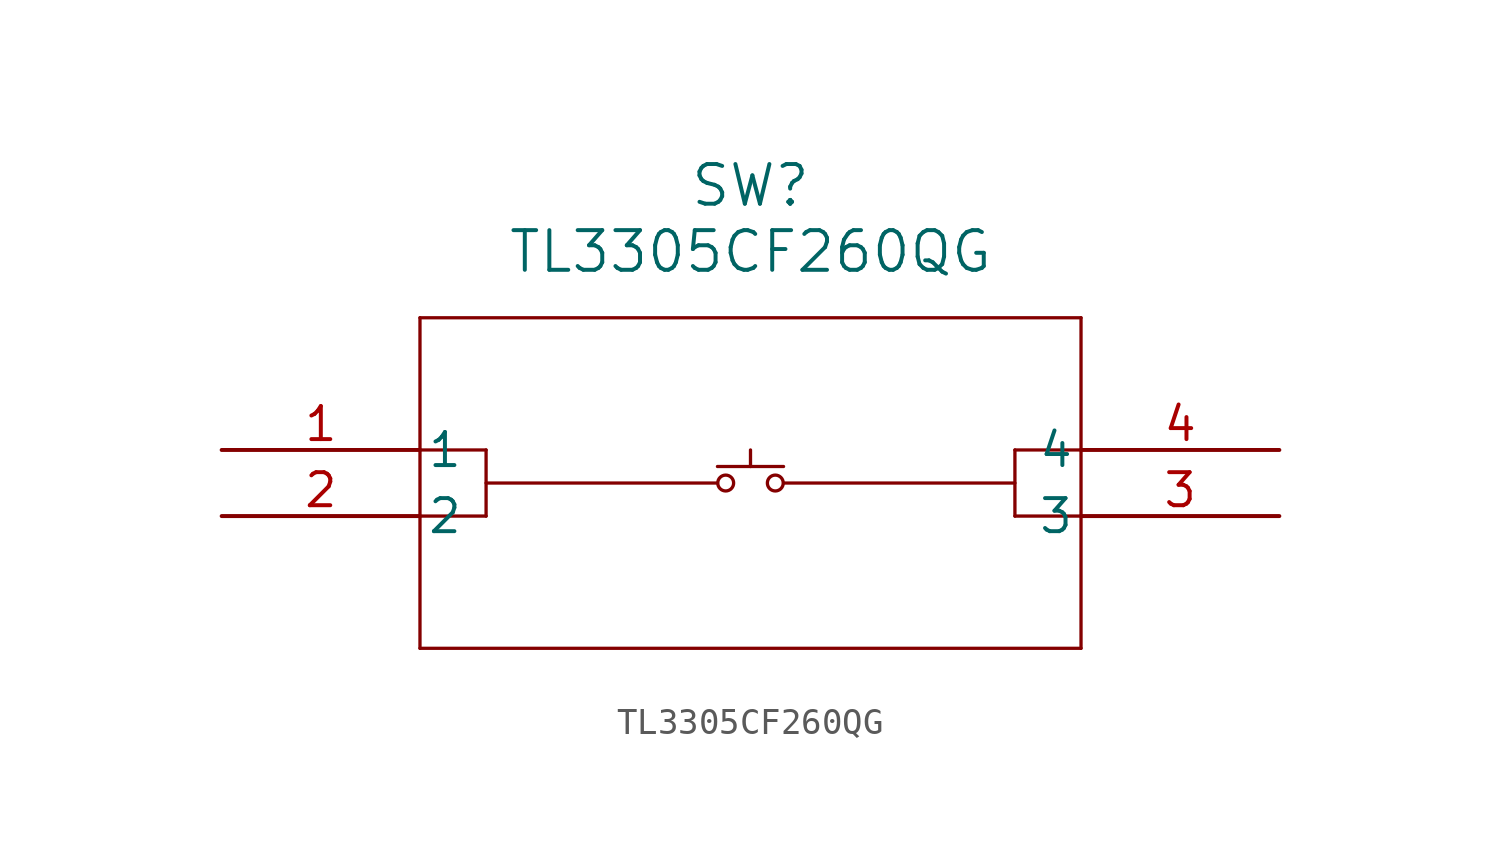
<source format=kicad_sym>
(kicad_symbol_lib
  (version 20211014)
  (generator kicad_symbol_editor)
  (symbol "TL3305CF260QG"
    (pin_names
      (offset 0.254))
    (property "Reference" "SW"
      (at 20.32 10.16 0)
      (effects (font (size 1.524 1.524))))
    (property "Value" "TL3305CF260QG"
      (at 20.32 7.62 0)
      (effects (font (size 1.524 1.524))))
    (symbol "TL3305CF260QG_0_1"
      (polyline (pts (xy 7.62 5.08) (xy 7.62 -7.62)) (stroke (width 0.127) (type default) (color 0 0 0 0)) (fill (type none)))
      (polyline (pts (xy 7.62 -7.62) (xy 33.02 -7.62)) (stroke (width 0.127) (type default) (color 0 0 0 0)) (fill (type none)))
      (polyline (pts (xy 33.02 -7.62) (xy 33.02 5.08)) (stroke (width 0.127) (type default) (color 0 0 0 0)) (fill (type none)))
      (polyline (pts (xy 33.02 5.08) (xy 7.62 5.08)) (stroke (width 0.127) (type default) (color 0 0 0 0)) (fill (type none)))
      (polyline (pts (xy 7.62 -2.54) (xy 10.16 -2.54)) (stroke (width 0.127) (type default) (color 0 0 0 0)) (fill (type none)))
      (polyline (pts (xy 7.62 0) (xy 10.16 0)) (stroke (width 0.127) (type default) (color 0 0 0 0)) (fill (type none)))
      (polyline (pts (xy 10.16 0) (xy 10.16 -2.54)) (stroke (width 0.127) (type default) (color 0 0 0 0)) (fill (type none)))
      (polyline (pts (xy 33.02 0) (xy 30.48 0)) (stroke (width 0.127) (type default) (color 0 0 0 0)) (fill (type none)))
      (polyline (pts (xy 30.48 0) (xy 30.48 -2.54)) (stroke (width 0.127) (type default) (color 0 0 0 0)) (fill (type none)))
      (polyline (pts (xy 30.48 -2.54) (xy 33.02 -2.54)) (stroke (width 0.127) (type default) (color 0 0 0 0)) (fill (type none)))
      (polyline (pts (xy 30.48 -1.27) (xy 21.59 -1.27)) (stroke (width 0.127) (type default) (color 0 0 0 0)) (fill (type none)))
      (polyline (pts (xy 10.16 -1.27) (xy 19.05 -1.27)) (stroke (width 0.127) (type default) (color 0 0 0 0)) (fill (type none)))
      (circle (center 19.367 -1.27) (radius 0.305) (stroke (width 0.127) (type default) (color 0 0 0 0)) (fill (type none)))
      (circle (center 21.273 -1.27) (radius 0.305) (stroke (width 0.127) (type default) (color 0 0 0 0)) (fill (type none)))
      (polyline (pts (xy 19.05 -0.635) (xy 21.59 -0.635)) (stroke (width 0.127) (type default) (color 0 0 0 0)) (fill (type none)))
      (polyline (pts (xy 20.32 -0.635) (xy 20.32 0)) (stroke (width 0.127) (type default) (color 0 0 0 0)) (fill (type none)))
      (pin unspecified line (at 0 0 0) (length 7.62) (name "1" (effects (font (size 1.27 1.27)))) (number "1" (effects (font (size 1.27 1.27)))))
      (pin unspecified line (at 0 -2.54 0) (length 7.62) (name "2" (effects (font (size 1.27 1.27)))) (number "2" (effects (font (size 1.27 1.27)))))
      (pin unspecified line (at 40.64 -2.54 180) (length 7.62) (name "3" (effects (font (size 1.27 1.27)))) (number "3" (effects (font (size 1.27 1.27)))))
      (pin unspecified line (at 40.64 0 180) (length 7.62) (name "4" (effects (font (size 1.27 1.27)))) (number "4" (effects (font (size 1.27 1.27))))))))
</source>
